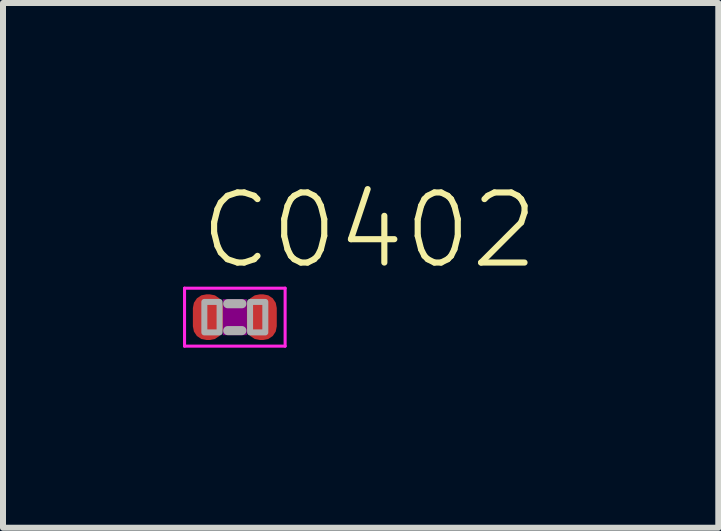
<source format=kicad_pcb>
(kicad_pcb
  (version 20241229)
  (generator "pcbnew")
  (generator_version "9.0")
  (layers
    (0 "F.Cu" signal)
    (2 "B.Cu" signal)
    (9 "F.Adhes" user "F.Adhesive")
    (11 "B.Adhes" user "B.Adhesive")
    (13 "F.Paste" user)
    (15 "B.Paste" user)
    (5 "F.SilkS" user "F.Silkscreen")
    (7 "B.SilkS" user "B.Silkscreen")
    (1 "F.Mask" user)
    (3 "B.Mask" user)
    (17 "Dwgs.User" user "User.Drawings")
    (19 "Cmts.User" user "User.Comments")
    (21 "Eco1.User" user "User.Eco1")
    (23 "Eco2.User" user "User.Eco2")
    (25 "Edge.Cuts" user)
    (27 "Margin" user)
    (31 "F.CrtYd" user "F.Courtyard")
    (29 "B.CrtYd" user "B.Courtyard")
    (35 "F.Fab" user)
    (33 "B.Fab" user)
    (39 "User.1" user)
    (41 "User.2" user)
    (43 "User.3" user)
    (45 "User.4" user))
  (footprint "C0402"
    (layer "F.Cu")
    (at 0.863 2.235)
    (property "Reference" "C0402" (at -0.635 -0.762 0) (layer "F.SilkS") (effects (font (size 1.168 1.168) (thickness 0.102)) (justify left bottom)))
    (fp_poly (pts (xy -0.2 0.3) (xy 0.2 0.3) (xy 0.2 -0.3) (xy -0.2 -0.3)) (stroke (width 0) (type default)) (fill yes) (layer "F.Adhes"))
    (fp_line (start -0.838 -0.483) (end 0.838 -0.483) (stroke (width 0.051) (type solid)) (layer "F.CrtYd"))
    (fp_line (start -0.838 0.483) (end -0.838 -0.483) (stroke (width 0.051) (type solid)) (layer "F.CrtYd"))
    (fp_line (start 0.838 -0.483) (end 0.838 0.483) (stroke (width 0.051) (type solid)) (layer "F.CrtYd"))
    (fp_line (start 0.838 0.483) (end -0.838 0.483) (stroke (width 0.051) (type solid)) (layer "F.CrtYd"))
    (fp_line (start -0.118 -0.224) (end 0.118 -0.224) (stroke (width 0.152) (type solid)) (layer "F.Fab"))
    (fp_line (start 0.118 0.224) (end -0.118 0.224) (stroke (width 0.152) (type solid)) (layer "F.Fab"))
    (fp_poly (pts (xy -0.508 0.254) (xy -0.254 0.254) (xy -0.254 -0.254) (xy -0.508 -0.254)) (stroke (width 0.1) (type default)) (fill no) (layer "F.Fab"))
    (fp_poly (pts (xy 0.254 0.254) (xy 0.508 0.254) (xy 0.508 -0.254) (xy 0.254 -0.254)) (stroke (width 0.1) (type default)) (fill no) (layer "F.Fab"))
    (pad "1" smd roundrect (at -0.445 0) (size 0.508 0.762) (layers "F.Cu" "F.Mask" "F.Paste") (roundrect_rratio 0.45))
    (pad "2" smd roundrect (at 0.445 0) (size 0.508 0.762) (layers "F.Cu" "F.Mask" "F.Paste") (roundrect_rratio 0.45)))
  (gr_rect
    (start -3 -3)
    (end 8.919 5.744)
    (stroke (width 0.1) (type default))
    (fill no)
    (layer "Edge.Cuts")))
</source>
